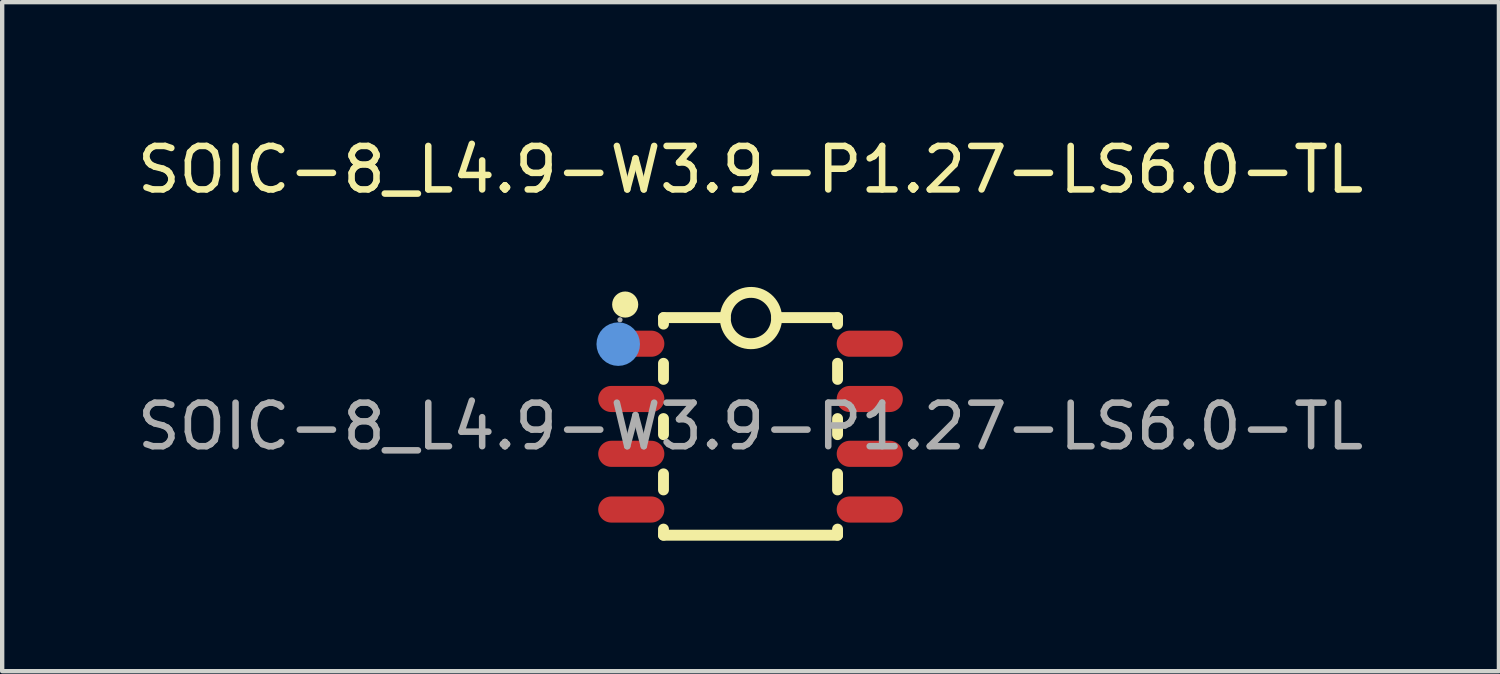
<source format=kicad_pcb>
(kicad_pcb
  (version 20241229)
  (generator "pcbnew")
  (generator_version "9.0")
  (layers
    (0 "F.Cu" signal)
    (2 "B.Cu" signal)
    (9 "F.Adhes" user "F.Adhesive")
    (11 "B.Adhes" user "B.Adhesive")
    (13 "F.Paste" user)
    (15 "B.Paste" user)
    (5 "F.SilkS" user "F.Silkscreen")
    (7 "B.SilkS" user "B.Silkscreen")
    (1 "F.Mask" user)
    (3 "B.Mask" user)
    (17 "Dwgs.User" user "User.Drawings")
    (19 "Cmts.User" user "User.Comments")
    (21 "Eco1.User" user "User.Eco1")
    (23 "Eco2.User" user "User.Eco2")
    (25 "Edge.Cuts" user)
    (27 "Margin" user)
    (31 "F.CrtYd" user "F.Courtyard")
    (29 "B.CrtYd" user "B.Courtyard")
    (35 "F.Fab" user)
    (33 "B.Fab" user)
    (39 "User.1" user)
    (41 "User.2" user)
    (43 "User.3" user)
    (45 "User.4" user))
  (footprint "SOIC-8_L4.9-W3.9-P1.27-LS6.0-TL"
    (layer "F.Cu")
    (at 14.196 6.748)
    (property "Reference" "SOIC-8_L4.9-W3.9-P1.27-LS6.0-TL" (at 0 -5.9 0) (layer "F.SilkS") (effects (font (size 1 1) (thickness 0.15))))
    (attr through_hole)
    (fp_line (start -2 -2.5) (end -2 -2.35) (stroke (width 0.25) (type solid)) (layer "F.SilkS"))
    (fp_line (start -2 -1.45) (end -2 -1.08) (stroke (width 0.25) (type solid)) (layer "F.SilkS"))
    (fp_line (start -2 -0.18) (end -2 0.19) (stroke (width 0.25) (type solid)) (layer "F.SilkS"))
    (fp_line (start -2 1.09) (end -2 1.46) (stroke (width 0.25) (type solid)) (layer "F.SilkS"))
    (fp_line (start -2 2.36) (end -2 2.5) (stroke (width 0.25) (type solid)) (layer "F.SilkS"))
    (fp_line (start -0.58 -2.5) (end -2 -2.5) (stroke (width 0.25) (type solid)) (layer "F.SilkS"))
    (fp_line (start 2 -2.5) (end 0.6 -2.5) (stroke (width 0.25) (type solid)) (layer "F.SilkS"))
    (fp_line (start 2 -2.5) (end 2 -2.35) (stroke (width 0.25) (type solid)) (layer "F.SilkS"))
    (fp_line (start 2 -1.45) (end 2 -1.08) (stroke (width 0.25) (type solid)) (layer "F.SilkS"))
    (fp_line (start 2 -0.18) (end 2 0.19) (stroke (width 0.25) (type solid)) (layer "F.SilkS"))
    (fp_line (start 2 1.09) (end 2 1.46) (stroke (width 0.25) (type solid)) (layer "F.SilkS"))
    (fp_line (start 2 2.36) (end 2 2.5) (stroke (width 0.25) (type solid)) (layer "F.SilkS"))
    (fp_line (start 2 2.5) (end -2 2.5) (stroke (width 0.25) (type solid)) (layer "F.SilkS"))
    (fp_arc (start -0.57991 -2.500297) (mid 0.599977 -2.484851) (end -0.58 -2.49) (stroke (width 0.25) (type solid)) (layer "F.SilkS"))
    (fp_circle (center -2.88 -2.8) (end -2.73 -2.8) (stroke (width 0.3) (type solid)) (fill no) (layer "F.SilkS"))
    (fp_circle (center -3.04 -1.89) (end -2.79 -1.89) (stroke (width 0.5) (type solid)) (fill no) (layer "Cmts.User"))
    (fp_circle (center -3 -2.45) (end -2.97 -2.45) (stroke (width 0.06) (type solid)) (fill no) (layer "F.Fab"))
    (fp_text user "${REFERENCE}" (at 0 0 0) (layer "F.Fab") (effects (font (size 1 1) (thickness 0.15))))
    (pad "1" smd oval (at -2.74 -1.9 90) (size 0.6 1.52) (layers "F.Cu" "F.Mask" "F.Paste"))
    (pad "2" smd oval (at -2.74 -0.63 90) (size 0.6 1.52) (layers "F.Cu" "F.Mask" "F.Paste"))
    (pad "3" smd oval (at -2.74 0.63 90) (size 0.6 1.52) (layers "F.Cu" "F.Mask" "F.Paste"))
    (pad "4" smd oval (at -2.74 1.91 90) (size 0.6 1.52) (layers "F.Cu" "F.Mask" "F.Paste"))
    (pad "5" smd oval (at 2.74 1.91 90) (size 0.6 1.52) (layers "F.Cu" "F.Mask" "F.Paste"))
    (pad "6" smd oval (at 2.74 0.63 90) (size 0.6 1.52) (layers "F.Cu" "F.Mask" "F.Paste"))
    (pad "7" smd oval (at 2.74 -0.63 90) (size 0.6 1.52) (layers "F.Cu" "F.Mask" "F.Paste"))
    (pad "8" smd oval (at 2.74 -1.9 90) (size 0.6 1.52) (layers "F.Cu" "F.Mask" "F.Paste")))
  (gr_rect
    (start -3 -3)
    (end 31.393 12.373)
    (stroke (width 0.1) (type default))
    (fill no)
    (layer "Edge.Cuts")))
</source>
